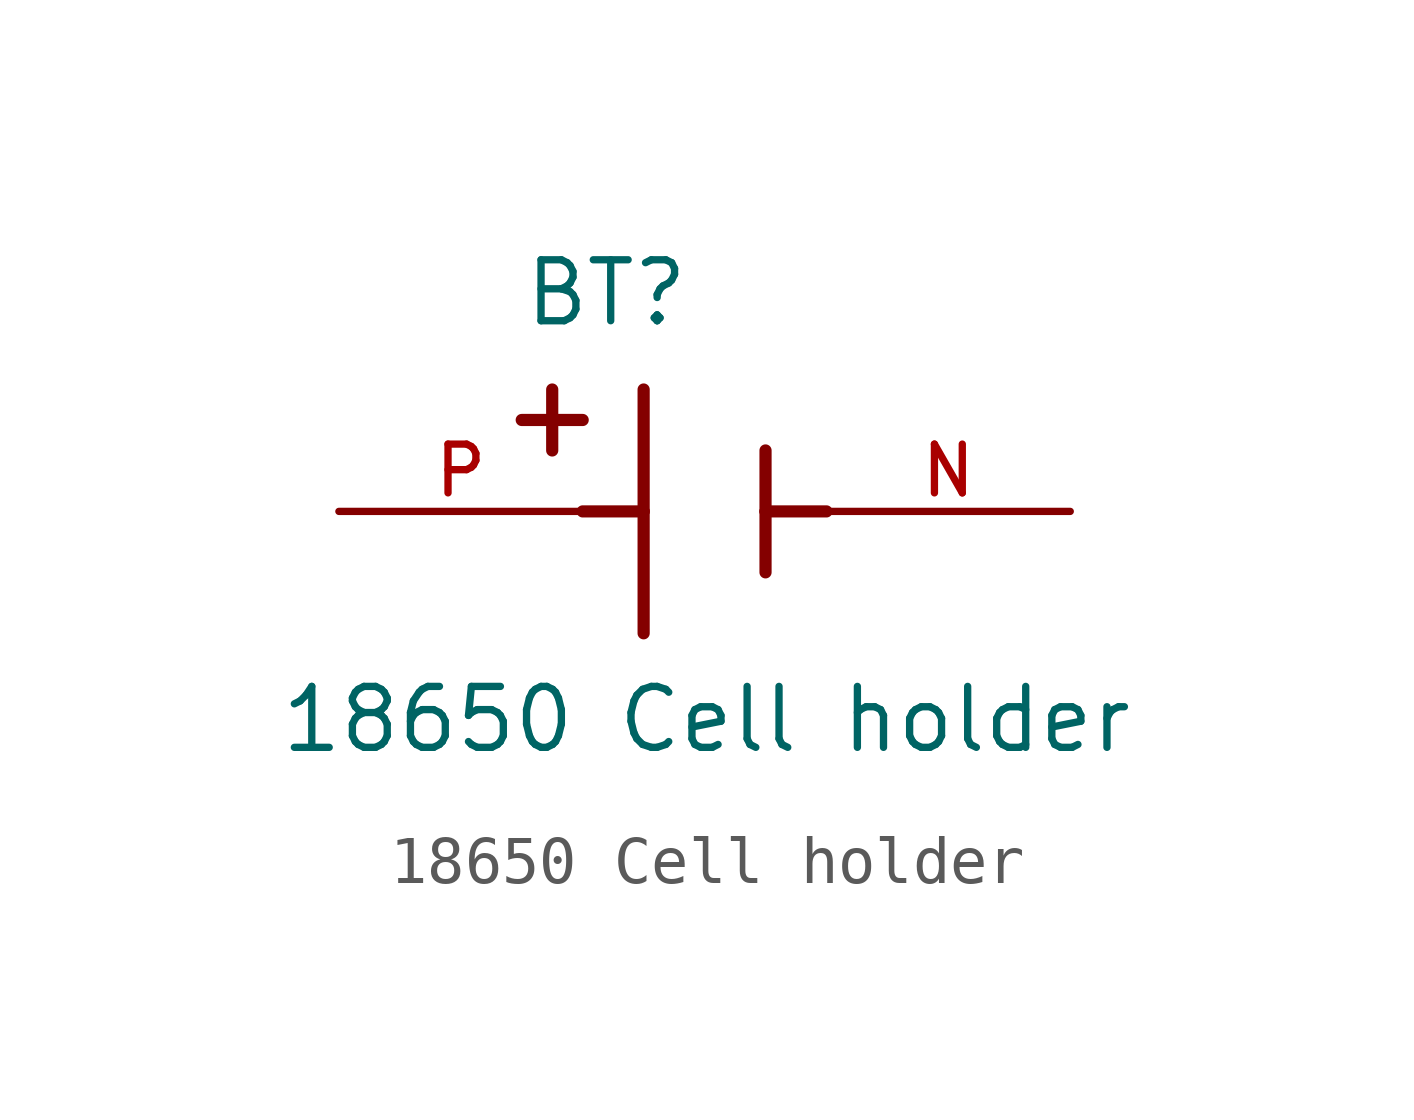
<source format=kicad_sym>
(kicad_symbol_lib
  (version 20220914)
  (generator kicad_symbol_editor)
  (symbol "18650 Cell holder"
    (pin_names
      (offset 1.016))
    (property "Reference" "BT"
      (at -3.81 3.81 0)
      (effects (font (size 1.27 1.27)) (justify left bottom)))
    (property "Value" "18650 Cell holder"
      (at -8.89 -5.08 0)
      (effects (font (size 1.27 1.27)) (justify left bottom)))
    (symbol "18650 Cell holder_0_0"
      (polyline (pts (xy -3.81 1.905) (xy -2.54 1.905)) (stroke (width 0.254) (type default)) (fill (type none)))
      (polyline (pts (xy -3.175 2.54) (xy -3.175 1.27)) (stroke (width 0.254) (type default)) (fill (type none)))
      (polyline (pts (xy -1.27 0) (xy -2.54 0)) (stroke (width 0.254) (type default)) (fill (type none)))
      (polyline (pts (xy -1.27 0) (xy -1.27 -2.54)) (stroke (width 0.254) (type default)) (fill (type none)))
      (polyline (pts (xy -1.27 2.54) (xy -1.27 0)) (stroke (width 0.254) (type default)) (fill (type none)))
      (polyline (pts (xy 1.27 0) (xy 1.27 -1.27)) (stroke (width 0.254) (type default)) (fill (type none)))
      (polyline (pts (xy 1.27 0) (xy 2.54 0)) (stroke (width 0.254) (type default)) (fill (type none)))
      (polyline (pts (xy 1.27 1.27) (xy 1.27 0)) (stroke (width 0.254) (type default)) (fill (type none)))
      (pin passive line (at 7.62 0 180) (length 5.08) (name "~" (effects (font (size 1.016 1.016)))) (number "N" (effects (font (size 1.016 1.016)))))
      (pin passive line (at -7.62 0 0) (length 5.08) (name "~" (effects (font (size 1.016 1.016)))) (number "P" (effects (font (size 1.016 1.016))))))))
</source>
